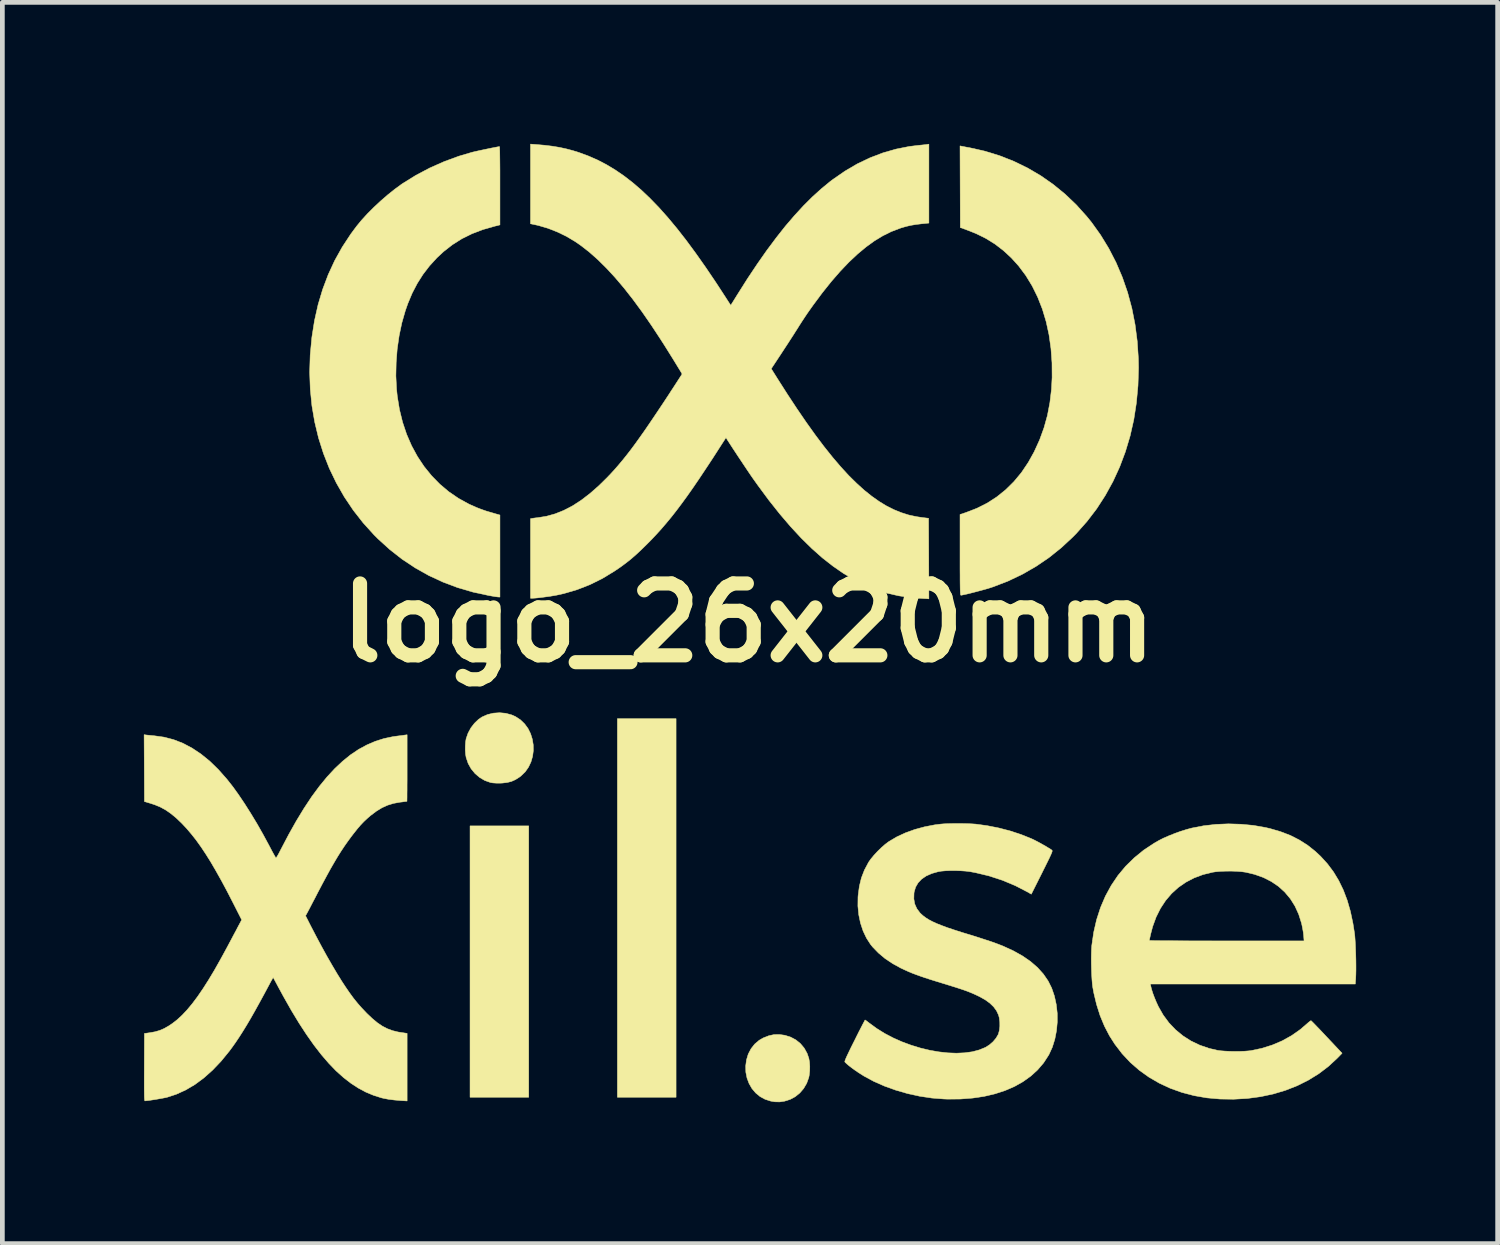
<source format=kicad_pcb>
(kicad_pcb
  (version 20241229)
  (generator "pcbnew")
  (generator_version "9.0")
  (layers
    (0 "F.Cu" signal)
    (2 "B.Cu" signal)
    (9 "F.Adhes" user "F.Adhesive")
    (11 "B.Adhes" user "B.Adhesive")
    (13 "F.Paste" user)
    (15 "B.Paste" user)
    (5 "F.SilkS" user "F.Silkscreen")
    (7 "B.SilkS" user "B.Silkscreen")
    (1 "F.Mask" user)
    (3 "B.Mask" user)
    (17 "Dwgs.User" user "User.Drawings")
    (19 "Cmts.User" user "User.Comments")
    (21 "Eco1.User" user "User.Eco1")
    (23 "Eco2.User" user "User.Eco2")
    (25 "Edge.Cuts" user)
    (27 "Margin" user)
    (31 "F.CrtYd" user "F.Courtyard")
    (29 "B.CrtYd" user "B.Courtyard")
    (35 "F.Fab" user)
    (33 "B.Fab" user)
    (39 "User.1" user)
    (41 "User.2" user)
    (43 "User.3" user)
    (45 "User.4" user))
  (footprint "logo_26x20mm"
    (layer "F.Cu")
    (at 12.82 10.154)
    (property "Reference" "logo_26x20mm" (at 0 0 0) (layer "F.SilkS") (effects (font (size 1.524 1.524) (thickness 0.3))))
    (attr through_hole)
    (fp_poly (pts (xy -4.661 10.058) (xy -5.905 10.058) (xy -5.905 4.305) (xy -4.661 4.305) (xy -4.661 10.058)) (stroke (width 0.01) (type solid)) (fill yes) (layer "F.SilkS"))
    (fp_poly (pts (xy -1.537 10.058) (xy -2.781 10.058) (xy -2.781 2.032) (xy -1.537 2.032) (xy -1.537 10.058)) (stroke (width 0.01) (type solid)) (fill yes) (layer "F.SilkS"))
    (fp_poly (pts (xy 0.768 8.744) (xy 0.892 8.783) (xy 1.003 8.842) (xy 1.1 8.921) (xy 1.18 9.017) (xy 1.242 9.129) (xy 1.278 9.234) (xy 1.292 9.313) (xy 1.298 9.406) (xy 1.296 9.502) (xy 1.286 9.591) (xy 1.277 9.638) (xy 1.233 9.761) (xy 1.169 9.871) (xy 1.087 9.967) (xy 0.991 10.045) (xy 0.882 10.104) (xy 0.765 10.141) (xy 0.661 10.157) (xy 0.56 10.155) (xy 0.47 10.14) (xy 0.351 10.102) (xy 0.244 10.044) (xy 0.151 9.967) (xy 0.072 9.874) (xy 0.011 9.768) (xy -0.033 9.651) (xy -0.058 9.526) (xy -0.061 9.395) (xy -0.044 9.266) (xy -0.006 9.141) (xy 0.053 9.029) (xy 0.13 8.931) (xy 0.224 8.851) (xy 0.31 8.801) (xy 0.427 8.755) (xy 0.539 8.73) (xy 0.653 8.728) (xy 0.768 8.744)) (stroke (width 0.01) (type solid)) (fill yes) (layer "F.SilkS"))
    (fp_poly (pts (xy -5.148 1.918) (xy -5.023 1.952) (xy -4.941 1.988) (xy -4.836 2.057) (xy -4.748 2.142) (xy -4.676 2.24) (xy -4.622 2.349) (xy -4.585 2.466) (xy -4.565 2.587) (xy -4.563 2.71) (xy -4.579 2.831) (xy -4.613 2.949) (xy -4.665 3.059) (xy -4.735 3.159) (xy -4.825 3.246) (xy -4.855 3.269) (xy -4.941 3.324) (xy -5.025 3.362) (xy -5.115 3.385) (xy -5.217 3.397) (xy -5.258 3.399) (xy -5.347 3.399) (xy -5.421 3.394) (xy -5.47 3.386) (xy -5.592 3.343) (xy -5.702 3.278) (xy -5.8 3.194) (xy -5.882 3.094) (xy -5.945 2.981) (xy -5.987 2.857) (xy -5.988 2.854) (xy -6 2.782) (xy -6.006 2.697) (xy -6.005 2.607) (xy -5.999 2.524) (xy -5.988 2.457) (xy -5.947 2.339) (xy -5.887 2.228) (xy -5.811 2.129) (xy -5.724 2.046) (xy -5.652 1.997) (xy -5.535 1.945) (xy -5.409 1.915) (xy -5.278 1.906) (xy -5.148 1.918)) (stroke (width 0.01) (type solid)) (fill yes) (layer "F.SilkS"))
    (fp_poly (pts (xy 4.518 -10.104) (xy 4.545 -10.099) (xy 4.589 -10.09) (xy 4.646 -10.079) (xy 4.693 -10.071) (xy 5.014 -9.998) (xy 5.326 -9.902) (xy 5.627 -9.783) (xy 5.916 -9.642) (xy 6.194 -9.479) (xy 6.459 -9.294) (xy 6.71 -9.089) (xy 6.947 -8.863) (xy 7.169 -8.616) (xy 7.269 -8.493) (xy 7.463 -8.222) (xy 7.637 -7.937) (xy 7.791 -7.638) (xy 7.924 -7.326) (xy 8.036 -7.003) (xy 8.126 -6.668) (xy 8.194 -6.323) (xy 8.24 -5.969) (xy 8.264 -5.607) (xy 8.268 -5.404) (xy 8.256 -5.028) (xy 8.222 -4.663) (xy 8.167 -4.307) (xy 8.089 -3.962) (xy 7.989 -3.628) (xy 7.868 -3.306) (xy 7.726 -2.997) (xy 7.563 -2.701) (xy 7.38 -2.418) (xy 7.175 -2.15) (xy 6.951 -1.897) (xy 6.877 -1.822) (xy 6.63 -1.592) (xy 6.369 -1.383) (xy 6.094 -1.196) (xy 5.807 -1.031) (xy 5.506 -0.887) (xy 5.191 -0.765) (xy 5.121 -0.742) (xy 5.073 -0.727) (xy 5.01 -0.709) (xy 4.937 -0.689) (xy 4.858 -0.668) (xy 4.778 -0.647) (xy 4.7 -0.627) (xy 4.63 -0.61) (xy 4.571 -0.597) (xy 4.527 -0.588) (xy 4.504 -0.584) (xy 4.504 -0.584) (xy 4.5 -0.586) (xy 4.496 -0.592) (xy 4.493 -0.604) (xy 4.491 -0.625) (xy 4.489 -0.655) (xy 4.487 -0.697) (xy 4.486 -0.752) (xy 4.485 -0.822) (xy 4.484 -0.909) (xy 4.484 -1.014) (xy 4.483 -1.14) (xy 4.483 -1.287) (xy 4.483 -1.44) (xy 4.483 -2.297) (xy 4.607 -2.338) (xy 4.84 -2.428) (xy 5.059 -2.538) (xy 5.263 -2.67) (xy 5.452 -2.822) (xy 5.626 -2.994) (xy 5.786 -3.187) (xy 5.93 -3.401) (xy 6.055 -3.626) (xy 6.17 -3.878) (xy 6.263 -4.134) (xy 6.336 -4.396) (xy 6.388 -4.668) (xy 6.422 -4.952) (xy 6.435 -5.201) (xy 6.433 -5.512) (xy 6.411 -5.814) (xy 6.37 -6.105) (xy 6.309 -6.385) (xy 6.229 -6.651) (xy 6.13 -6.903) (xy 6.013 -7.141) (xy 5.878 -7.362) (xy 5.725 -7.567) (xy 5.571 -7.737) (xy 5.401 -7.894) (xy 5.222 -8.031) (xy 5.03 -8.15) (xy 4.823 -8.252) (xy 4.655 -8.319) (xy 4.489 -8.38) (xy 4.486 -9.245) (xy 4.483 -10.111) (xy 4.518 -10.104)) (stroke (width 0.01) (type solid)) (fill yes) (layer "F.SilkS"))
    (fp_poly (pts (xy -5.278 -10.084) (xy -5.277 -10.048) (xy -5.275 -9.992) (xy -5.274 -9.916) (xy -5.273 -9.823) (xy -5.272 -9.715) (xy -5.271 -9.594) (xy -5.271 -9.463) (xy -5.271 -9.323) (xy -5.271 -9.266) (xy -5.271 -8.436) (xy -5.388 -8.407) (xy -5.636 -8.336) (xy -5.866 -8.248) (xy -6.08 -8.142) (xy -6.279 -8.016) (xy -6.465 -7.871) (xy -6.607 -7.739) (xy -6.765 -7.566) (xy -6.903 -7.386) (xy -7.024 -7.195) (xy -7.131 -6.99) (xy -7.224 -6.768) (xy -7.277 -6.617) (xy -7.351 -6.359) (xy -7.408 -6.088) (xy -7.449 -5.806) (xy -7.471 -5.52) (xy -7.477 -5.235) (xy -7.463 -4.956) (xy -7.447 -4.801) (xy -7.401 -4.52) (xy -7.335 -4.252) (xy -7.249 -3.996) (xy -7.144 -3.754) (xy -7.02 -3.526) (xy -6.879 -3.314) (xy -6.72 -3.118) (xy -6.546 -2.94) (xy -6.355 -2.779) (xy -6.149 -2.638) (xy -5.929 -2.517) (xy -5.772 -2.447) (xy -5.706 -2.421) (xy -5.638 -2.396) (xy -5.578 -2.375) (xy -5.544 -2.364) (xy -5.482 -2.346) (xy -5.413 -2.326) (xy -5.363 -2.311) (xy -5.271 -2.285) (xy -5.271 -0.546) (xy -5.305 -0.547) (xy -5.331 -0.55) (xy -5.375 -0.556) (xy -5.433 -0.566) (xy -5.497 -0.577) (xy -5.503 -0.578) (xy -5.841 -0.651) (xy -6.167 -0.746) (xy -6.48 -0.864) (xy -6.78 -1.003) (xy -7.068 -1.165) (xy -7.344 -1.348) (xy -7.607 -1.554) (xy -7.858 -1.782) (xy -7.938 -1.862) (xy -8.17 -2.118) (xy -8.381 -2.388) (xy -8.571 -2.671) (xy -8.74 -2.967) (xy -8.888 -3.274) (xy -9.013 -3.592) (xy -9.117 -3.92) (xy -9.198 -4.257) (xy -9.257 -4.601) (xy -9.292 -4.953) (xy -9.305 -5.312) (xy -9.294 -5.675) (xy -9.259 -6.044) (xy -9.258 -6.055) (xy -9.202 -6.409) (xy -9.126 -6.747) (xy -9.029 -7.071) (xy -8.912 -7.381) (xy -8.774 -7.68) (xy -8.614 -7.967) (xy -8.432 -8.244) (xy -8.311 -8.407) (xy -8.205 -8.536) (xy -8.081 -8.672) (xy -7.943 -8.81) (xy -7.797 -8.946) (xy -7.648 -9.075) (xy -7.499 -9.194) (xy -7.357 -9.298) (xy -7.338 -9.311) (xy -7.058 -9.485) (xy -6.762 -9.642) (xy -6.455 -9.778) (xy -6.142 -9.893) (xy -5.861 -9.976) (xy -5.819 -9.986) (xy -5.762 -9.999) (xy -5.694 -10.014) (xy -5.619 -10.03) (xy -5.542 -10.046) (xy -5.467 -10.062) (xy -5.399 -10.075) (xy -5.342 -10.086) (xy -5.301 -10.094) (xy -5.28 -10.096) (xy -5.28 -10.096) (xy -5.278 -10.084)) (stroke (width 0.01) (type solid)) (fill yes) (layer "F.SilkS"))
    (fp_poly (pts (xy 10.44 4.27) (xy 10.704 4.295) (xy 10.959 4.34) (xy 11.055 4.362) (xy 11.28 4.428) (xy 11.486 4.507) (xy 11.675 4.603) (xy 11.851 4.715) (xy 12.016 4.846) (xy 12.129 4.952) (xy 12.273 5.11) (xy 12.401 5.281) (xy 12.512 5.465) (xy 12.609 5.665) (xy 12.691 5.881) (xy 12.759 6.116) (xy 12.813 6.371) (xy 12.846 6.579) (xy 12.853 6.641) (xy 12.859 6.723) (xy 12.865 6.821) (xy 12.869 6.93) (xy 12.873 7.044) (xy 12.876 7.159) (xy 12.877 7.27) (xy 12.877 7.372) (xy 12.875 7.46) (xy 12.872 7.529) (xy 12.872 7.535) (xy 12.863 7.658) (xy 8.519 7.658) (xy 8.527 7.701) (xy 8.544 7.77) (xy 8.57 7.853) (xy 8.605 7.946) (xy 8.644 8.04) (xy 8.686 8.131) (xy 8.687 8.134) (xy 8.791 8.316) (xy 8.913 8.481) (xy 9.053 8.628) (xy 9.209 8.756) (xy 9.381 8.866) (xy 9.568 8.955) (xy 9.767 9.023) (xy 9.938 9.063) (xy 10.009 9.073) (xy 10.1 9.08) (xy 10.202 9.085) (xy 10.311 9.087) (xy 10.418 9.086) (xy 10.518 9.082) (xy 10.605 9.075) (xy 10.649 9.07) (xy 10.881 9.021) (xy 11.104 8.951) (xy 11.315 8.861) (xy 11.513 8.751) (xy 11.695 8.623) (xy 11.819 8.517) (xy 11.86 8.481) (xy 11.894 8.453) (xy 11.917 8.437) (xy 11.925 8.435) (xy 11.936 8.445) (xy 11.963 8.471) (xy 12.003 8.512) (xy 12.054 8.565) (xy 12.115 8.628) (xy 12.183 8.7) (xy 12.256 8.778) (xy 12.26 8.782) (xy 12.583 9.125) (xy 12.48 9.231) (xy 12.293 9.404) (xy 12.089 9.559) (xy 11.869 9.695) (xy 11.635 9.812) (xy 11.387 9.91) (xy 11.127 9.988) (xy 10.855 10.046) (xy 10.573 10.084) (xy 10.283 10.1) (xy 9.995 10.096) (xy 9.715 10.071) (xy 9.445 10.024) (xy 9.186 9.956) (xy 8.94 9.868) (xy 8.706 9.759) (xy 8.486 9.631) (xy 8.281 9.484) (xy 8.092 9.319) (xy 7.92 9.135) (xy 7.766 8.934) (xy 7.651 8.754) (xy 7.545 8.55) (xy 7.453 8.328) (xy 7.378 8.092) (xy 7.319 7.846) (xy 7.295 7.715) (xy 7.287 7.646) (xy 7.28 7.558) (xy 7.274 7.455) (xy 7.27 7.343) (xy 7.267 7.228) (xy 7.266 7.115) (xy 7.268 7.01) (xy 7.271 6.918) (xy 7.276 6.845) (xy 7.276 6.844) (xy 7.292 6.734) (xy 8.497 6.734) (xy 8.509 6.735) (xy 8.545 6.736) (xy 8.604 6.738) (xy 8.684 6.739) (xy 8.783 6.74) (xy 8.9 6.74) (xy 9.033 6.741) (xy 9.181 6.742) (xy 9.343 6.743) (xy 9.517 6.743) (xy 9.701 6.743) (xy 9.894 6.744) (xy 10.095 6.744) (xy 10.136 6.744) (xy 11.777 6.744) (xy 11.768 6.629) (xy 11.761 6.566) (xy 11.748 6.491) (xy 11.733 6.414) (xy 11.723 6.369) (xy 11.663 6.179) (xy 11.584 6.006) (xy 11.486 5.85) (xy 11.369 5.71) (xy 11.235 5.588) (xy 11.083 5.485) (xy 10.914 5.399) (xy 10.728 5.333) (xy 10.539 5.288) (xy 10.452 5.276) (xy 10.347 5.268) (xy 10.233 5.264) (xy 10.115 5.265) (xy 10.002 5.269) (xy 9.902 5.278) (xy 9.836 5.288) (xy 9.633 5.338) (xy 9.444 5.409) (xy 9.27 5.5) (xy 9.111 5.61) (xy 8.968 5.74) (xy 8.841 5.889) (xy 8.732 6.055) (xy 8.64 6.239) (xy 8.567 6.439) (xy 8.522 6.61) (xy 8.511 6.662) (xy 8.502 6.703) (xy 8.497 6.729) (xy 8.497 6.734) (xy 7.292 6.734) (xy 7.317 6.561) (xy 7.379 6.292) (xy 7.462 6.036) (xy 7.565 5.795) (xy 7.688 5.569) (xy 7.831 5.357) (xy 7.994 5.161) (xy 8.177 4.982) (xy 8.378 4.818) (xy 8.599 4.672) (xy 8.7 4.614) (xy 8.796 4.565) (xy 8.911 4.515) (xy 9.036 4.465) (xy 9.164 4.419) (xy 9.29 4.38) (xy 9.398 4.351) (xy 9.646 4.303) (xy 9.906 4.273) (xy 10.173 4.262) (xy 10.44 4.27)) (stroke (width 0.01) (type solid)) (fill yes) (layer "F.SilkS"))
    (fp_poly (pts (xy 4.54 4.256) (xy 4.643 4.258) (xy 4.734 4.262) (xy 4.807 4.267) (xy 4.813 4.267) (xy 5.06 4.301) (xy 5.307 4.35) (xy 5.549 4.413) (xy 5.78 4.489) (xy 5.994 4.575) (xy 6.031 4.592) (xy 6.085 4.619) (xy 6.15 4.653) (xy 6.22 4.692) (xy 6.29 4.731) (xy 6.352 4.769) (xy 6.403 4.8) (xy 6.43 4.819) (xy 6.435 4.825) (xy 6.437 4.833) (xy 6.436 4.847) (xy 6.429 4.868) (xy 6.417 4.898) (xy 6.398 4.94) (xy 6.372 4.996) (xy 6.337 5.067) (xy 6.293 5.156) (xy 6.238 5.266) (xy 6.224 5.295) (xy 5.994 5.753) (xy 5.915 5.707) (xy 5.656 5.573) (xy 5.384 5.459) (xy 5.102 5.367) (xy 4.816 5.298) (xy 4.693 5.275) (xy 4.602 5.264) (xy 4.498 5.257) (xy 4.389 5.253) (xy 4.279 5.253) (xy 4.176 5.257) (xy 4.085 5.265) (xy 4.02 5.276) (xy 3.882 5.315) (xy 3.765 5.367) (xy 3.669 5.433) (xy 3.595 5.511) (xy 3.542 5.602) (xy 3.511 5.705) (xy 3.507 5.735) (xy 3.504 5.853) (xy 3.523 5.961) (xy 3.567 6.059) (xy 3.633 6.148) (xy 3.652 6.167) (xy 3.701 6.211) (xy 3.757 6.253) (xy 3.822 6.294) (xy 3.898 6.334) (xy 3.987 6.375) (xy 4.091 6.416) (xy 4.211 6.461) (xy 4.352 6.508) (xy 4.513 6.56) (xy 4.615 6.591) (xy 4.775 6.64) (xy 4.913 6.684) (xy 5.033 6.723) (xy 5.137 6.757) (xy 5.227 6.789) (xy 5.307 6.819) (xy 5.379 6.847) (xy 5.394 6.853) (xy 5.612 6.953) (xy 5.807 7.062) (xy 5.978 7.18) (xy 6.126 7.308) (xy 6.25 7.446) (xy 6.351 7.593) (xy 6.426 7.743) (xy 6.484 7.912) (xy 6.523 8.091) (xy 6.544 8.276) (xy 6.545 8.463) (xy 6.528 8.648) (xy 6.493 8.827) (xy 6.44 8.997) (xy 6.369 9.152) (xy 6.359 9.169) (xy 6.254 9.331) (xy 6.128 9.478) (xy 5.983 9.61) (xy 5.818 9.728) (xy 5.637 9.83) (xy 5.438 9.916) (xy 5.223 9.986) (xy 4.993 10.04) (xy 4.749 10.076) (xy 4.491 10.096) (xy 4.221 10.098) (xy 4.14 10.095) (xy 3.884 10.075) (xy 3.626 10.036) (xy 3.371 9.98) (xy 3.121 9.908) (xy 2.882 9.822) (xy 2.655 9.722) (xy 2.446 9.609) (xy 2.337 9.54) (xy 2.262 9.489) (xy 2.193 9.439) (xy 2.133 9.393) (xy 2.085 9.353) (xy 2.052 9.322) (xy 2.041 9.309) (xy 2.041 9.297) (xy 2.048 9.273) (xy 2.063 9.235) (xy 2.087 9.181) (xy 2.121 9.11) (xy 2.164 9.02) (xy 2.219 8.91) (xy 2.247 8.855) (xy 2.295 8.758) (xy 2.34 8.668) (xy 2.381 8.589) (xy 2.415 8.522) (xy 2.443 8.47) (xy 2.461 8.435) (xy 2.47 8.42) (xy 2.471 8.42) (xy 2.483 8.428) (xy 2.51 8.447) (xy 2.547 8.476) (xy 2.563 8.488) (xy 2.719 8.602) (xy 2.888 8.707) (xy 3.068 8.801) (xy 3.255 8.884) (xy 3.448 8.955) (xy 3.644 9.015) (xy 3.84 9.062) (xy 4.034 9.096) (xy 4.224 9.117) (xy 4.407 9.124) (xy 4.581 9.116) (xy 4.743 9.094) (xy 4.89 9.055) (xy 5.022 9.001) (xy 5.029 8.997) (xy 5.11 8.945) (xy 5.185 8.879) (xy 5.247 8.805) (xy 5.291 8.73) (xy 5.297 8.716) (xy 5.317 8.641) (xy 5.327 8.553) (xy 5.326 8.46) (xy 5.315 8.373) (xy 5.299 8.314) (xy 5.256 8.223) (xy 5.195 8.14) (xy 5.115 8.063) (xy 5.015 7.991) (xy 4.891 7.922) (xy 4.87 7.912) (xy 4.809 7.883) (xy 4.749 7.856) (xy 4.688 7.831) (xy 4.621 7.805) (xy 4.545 7.778) (xy 4.457 7.749) (xy 4.354 7.716) (xy 4.231 7.678) (xy 4.147 7.652) (xy 3.99 7.604) (xy 3.855 7.562) (xy 3.738 7.524) (xy 3.636 7.489) (xy 3.545 7.456) (xy 3.463 7.425) (xy 3.387 7.393) (xy 3.312 7.359) (xy 3.236 7.323) (xy 3.232 7.322) (xy 3.057 7.226) (xy 2.896 7.119) (xy 2.754 7) (xy 2.632 6.874) (xy 2.588 6.82) (xy 2.5 6.684) (xy 2.428 6.532) (xy 2.373 6.366) (xy 2.336 6.189) (xy 2.318 6.005) (xy 2.32 5.818) (xy 2.323 5.777) (xy 2.349 5.585) (xy 2.392 5.408) (xy 2.456 5.242) (xy 2.54 5.084) (xy 2.542 5.079) (xy 2.592 5.008) (xy 2.658 4.928) (xy 2.734 4.846) (xy 2.816 4.766) (xy 2.897 4.695) (xy 2.973 4.638) (xy 2.977 4.636) (xy 3.14 4.539) (xy 3.323 4.454) (xy 3.521 4.382) (xy 3.731 4.325) (xy 3.948 4.283) (xy 4.067 4.268) (xy 4.136 4.262) (xy 4.223 4.258) (xy 4.324 4.256) (xy 4.432 4.255) (xy 4.54 4.256)) (stroke (width 0.01) (type solid)) (fill yes) (layer "F.SilkS"))
    (fp_poly (pts (xy -12.754 2.38) (xy -12.71 2.384) (xy -12.653 2.39) (xy -12.598 2.395) (xy -12.391 2.424) (xy -12.189 2.477) (xy -11.991 2.554) (xy -11.798 2.656) (xy -11.609 2.782) (xy -11.423 2.933) (xy -11.242 3.109) (xy -11.064 3.31) (xy -10.935 3.473) (xy -10.813 3.643) (xy -10.685 3.833) (xy -10.554 4.04) (xy -10.421 4.26) (xy -10.29 4.491) (xy -10.162 4.728) (xy -10.142 4.766) (xy -10.107 4.833) (xy -10.075 4.892) (xy -10.048 4.939) (xy -10.03 4.971) (xy -10.02 4.985) (xy -10.02 4.985) (xy -10.011 4.976) (xy -9.993 4.949) (xy -9.968 4.906) (xy -9.939 4.851) (xy -9.918 4.81) (xy -9.752 4.493) (xy -9.588 4.201) (xy -9.425 3.933) (xy -9.263 3.688) (xy -9.1 3.467) (xy -8.937 3.268) (xy -8.773 3.091) (xy -8.607 2.935) (xy -8.439 2.799) (xy -8.268 2.684) (xy -8.093 2.589) (xy -7.914 2.512) (xy -7.731 2.454) (xy -7.542 2.414) (xy -7.449 2.401) (xy -7.391 2.394) (xy -7.337 2.387) (xy -7.296 2.381) (xy -7.287 2.38) (xy -7.239 2.373) (xy -7.239 3.079) (xy -7.239 3.21) (xy -7.239 3.333) (xy -7.24 3.446) (xy -7.24 3.547) (xy -7.241 3.633) (xy -7.241 3.702) (xy -7.242 3.751) (xy -7.242 3.779) (xy -7.243 3.785) (xy -7.256 3.786) (xy -7.29 3.79) (xy -7.338 3.797) (xy -7.39 3.803) (xy -7.527 3.828) (xy -7.651 3.866) (xy -7.769 3.919) (xy -7.886 3.99) (xy -8.007 4.081) (xy -8.019 4.09) (xy -8.092 4.154) (xy -8.161 4.219) (xy -8.228 4.29) (xy -8.297 4.371) (xy -8.373 4.467) (xy -8.427 4.537) (xy -8.5 4.637) (xy -8.571 4.738) (xy -8.641 4.844) (xy -8.712 4.957) (xy -8.785 5.08) (xy -8.863 5.215) (xy -8.945 5.365) (xy -9.035 5.532) (xy -9.134 5.72) (xy -9.148 5.747) (xy -9.194 5.837) (xy -9.239 5.922) (xy -9.279 5.999) (xy -9.313 6.065) (xy -9.34 6.116) (xy -9.358 6.149) (xy -9.362 6.157) (xy -9.392 6.211) (xy -9.28 6.431) (xy -9.166 6.65) (xy -9.052 6.864) (xy -8.939 7.069) (xy -8.828 7.262) (xy -8.722 7.441) (xy -8.622 7.602) (xy -8.556 7.703) (xy -8.464 7.838) (xy -8.377 7.957) (xy -8.291 8.064) (xy -8.202 8.165) (xy -8.105 8.267) (xy -8.097 8.276) (xy -7.98 8.387) (xy -7.871 8.478) (xy -7.765 8.55) (xy -7.659 8.605) (xy -7.548 8.646) (xy -7.43 8.675) (xy -7.379 8.683) (xy -7.239 8.704) (xy -7.239 9.42) (xy -7.239 10.137) (xy -7.369 10.129) (xy -7.509 10.117) (xy -7.629 10.102) (xy -7.735 10.082) (xy -7.785 10.07) (xy -7.952 10.017) (xy -8.115 9.949) (xy -8.275 9.863) (xy -8.433 9.76) (xy -8.589 9.639) (xy -8.745 9.499) (xy -8.9 9.338) (xy -9.055 9.158) (xy -9.211 8.957) (xy -9.369 8.733) (xy -9.529 8.488) (xy -9.692 8.219) (xy -9.858 7.926) (xy -9.969 7.722) (xy -10.003 7.658) (xy -10.033 7.602) (xy -10.057 7.558) (xy -10.072 7.53) (xy -10.078 7.521) (xy -10.085 7.53) (xy -10.101 7.557) (xy -10.124 7.598) (xy -10.152 7.65) (xy -10.154 7.654) (xy -10.269 7.869) (xy -10.375 8.063) (xy -10.472 8.238) (xy -10.562 8.396) (xy -10.646 8.538) (xy -10.726 8.668) (xy -10.802 8.787) (xy -10.876 8.897) (xy -10.949 9) (xy -11.009 9.081) (xy -11.183 9.294) (xy -11.363 9.483) (xy -11.548 9.648) (xy -11.738 9.789) (xy -11.933 9.904) (xy -12.133 9.995) (xy -12.328 10.059) (xy -12.369 10.068) (xy -12.426 10.079) (xy -12.494 10.091) (xy -12.567 10.104) (xy -12.639 10.115) (xy -12.705 10.125) (xy -12.758 10.131) (xy -12.793 10.135) (xy -12.798 10.135) (xy -12.801 10.131) (xy -12.804 10.118) (xy -12.807 10.094) (xy -12.809 10.058) (xy -12.81 10.008) (xy -12.811 9.941) (xy -12.812 9.857) (xy -12.812 9.753) (xy -12.812 9.629) (xy -12.811 9.481) (xy -12.811 9.42) (xy -12.808 8.706) (xy -12.694 8.69) (xy -12.582 8.67) (xy -12.483 8.641) (xy -12.39 8.601) (xy -12.293 8.546) (xy -12.217 8.495) (xy -12.115 8.416) (xy -12.011 8.32) (xy -11.905 8.208) (xy -11.796 8.077) (xy -11.684 7.928) (xy -11.568 7.759) (xy -11.447 7.569) (xy -11.32 7.357) (xy -11.188 7.123) (xy -11.066 6.899) (xy -11.018 6.809) (xy -10.969 6.717) (xy -10.922 6.628) (xy -10.879 6.548) (xy -10.844 6.482) (xy -10.826 6.447) (xy -10.746 6.297) (xy -10.921 5.952) (xy -11.05 5.701) (xy -11.172 5.473) (xy -11.288 5.266) (xy -11.398 5.077) (xy -11.505 4.906) (xy -11.608 4.751) (xy -11.709 4.61) (xy -11.81 4.482) (xy -11.91 4.364) (xy -12.011 4.256) (xy -12.02 4.247) (xy -12.137 4.135) (xy -12.248 4.044) (xy -12.356 3.969) (xy -12.467 3.908) (xy -12.584 3.859) (xy -12.675 3.829) (xy -12.808 3.789) (xy -12.811 3.081) (xy -12.815 2.372) (xy -12.754 2.38)) (stroke (width 0.01) (type solid)) (fill yes) (layer "F.SilkS"))
    (fp_poly (pts (xy -4.512 -10.141) (xy -4.328 -10.125) (xy -4.163 -10.105) (xy -4.012 -10.08) (xy -3.868 -10.049) (xy -3.724 -10.011) (xy -3.588 -9.968) (xy -3.393 -9.896) (xy -3.202 -9.812) (xy -3.013 -9.714) (xy -2.827 -9.602) (xy -2.643 -9.476) (xy -2.459 -9.334) (xy -2.274 -9.175) (xy -2.089 -8.999) (xy -1.902 -8.806) (xy -1.712 -8.593) (xy -1.519 -8.361) (xy -1.322 -8.109) (xy -1.12 -7.835) (xy -0.912 -7.54) (xy -0.697 -7.222) (xy -0.528 -6.963) (xy -0.378 -6.731) (xy -0.238 -6.956) (xy -0.025 -7.293) (xy 0.183 -7.605) (xy 0.386 -7.895) (xy 0.586 -8.163) (xy 0.781 -8.41) (xy 0.975 -8.636) (xy 1.166 -8.844) (xy 1.356 -9.033) (xy 1.546 -9.205) (xy 1.736 -9.361) (xy 1.791 -9.402) (xy 2.044 -9.577) (xy 2.305 -9.73) (xy 2.573 -9.858) (xy 2.847 -9.963) (xy 3.126 -10.043) (xy 3.408 -10.099) (xy 3.596 -10.122) (xy 3.659 -10.128) (xy 3.716 -10.134) (xy 3.76 -10.139) (xy 3.781 -10.142) (xy 3.823 -10.148) (xy 3.823 -8.475) (xy 3.673 -8.46) (xy 3.549 -8.445) (xy 3.441 -8.427) (xy 3.338 -8.403) (xy 3.232 -8.372) (xy 3.201 -8.361) (xy 3.023 -8.293) (xy 2.846 -8.205) (xy 2.668 -8.097) (xy 2.49 -7.968) (xy 2.31 -7.818) (xy 2.128 -7.647) (xy 1.943 -7.453) (xy 1.755 -7.237) (xy 1.563 -6.997) (xy 1.367 -6.733) (xy 1.293 -6.629) (xy 1.244 -6.559) (xy 1.187 -6.474) (xy 1.128 -6.384) (xy 1.072 -6.297) (xy 1.042 -6.248) (xy 0.999 -6.181) (xy 0.946 -6.097) (xy 0.885 -6.003) (xy 0.821 -5.904) (xy 0.756 -5.805) (xy 0.696 -5.713) (xy 0.481 -5.387) (xy 0.611 -5.179) (xy 0.824 -4.845) (xy 1.029 -4.534) (xy 1.226 -4.246) (xy 1.417 -3.979) (xy 1.601 -3.735) (xy 1.78 -3.511) (xy 1.954 -3.307) (xy 2.123 -3.123) (xy 2.289 -2.959) (xy 2.451 -2.812) (xy 2.611 -2.684) (xy 2.768 -2.573) (xy 2.924 -2.478) (xy 3.079 -2.4) (xy 3.234 -2.337) (xy 3.388 -2.288) (xy 3.416 -2.281) (xy 3.491 -2.265) (xy 3.576 -2.248) (xy 3.656 -2.236) (xy 3.683 -2.232) (xy 3.816 -2.216) (xy 3.82 -1.362) (xy 3.823 -0.508) (xy 3.794 -0.51) (xy 3.767 -0.512) (xy 3.724 -0.514) (xy 3.677 -0.517) (xy 3.426 -0.536) (xy 3.181 -0.573) (xy 2.94 -0.628) (xy 2.705 -0.703) (xy 2.472 -0.797) (xy 2.243 -0.911) (xy 2.016 -1.045) (xy 1.79 -1.201) (xy 1.565 -1.377) (xy 1.341 -1.576) (xy 1.116 -1.797) (xy 0.89 -2.041) (xy 0.662 -2.308) (xy 0.431 -2.599) (xy 0.198 -2.914) (xy 0.08 -3.08) (xy 0.047 -3.128) (xy 0.003 -3.193) (xy -0.048 -3.269) (xy -0.105 -3.354) (xy -0.164 -3.443) (xy -0.225 -3.534) (xy -0.283 -3.622) (xy -0.337 -3.704) (xy -0.384 -3.777) (xy -0.423 -3.837) (xy -0.45 -3.879) (xy -0.453 -3.884) (xy -0.479 -3.926) (xy -0.604 -3.732) (xy -0.762 -3.486) (xy -0.91 -3.262) (xy -1.047 -3.056) (xy -1.176 -2.867) (xy -1.298 -2.693) (xy -1.414 -2.534) (xy -1.525 -2.386) (xy -1.633 -2.248) (xy -1.739 -2.12) (xy -1.843 -1.998) (xy -1.949 -1.881) (xy -2.055 -1.768) (xy -2.146 -1.676) (xy -2.267 -1.557) (xy -2.378 -1.453) (xy -2.483 -1.361) (xy -2.588 -1.277) (xy -2.698 -1.195) (xy -2.819 -1.112) (xy -2.849 -1.092) (xy -3.103 -0.938) (xy -3.366 -0.808) (xy -3.638 -0.702) (xy -3.918 -0.62) (xy -4.077 -0.585) (xy -4.141 -0.574) (xy -4.217 -0.561) (xy -4.3 -0.55) (xy -4.383 -0.539) (xy -4.46 -0.53) (xy -4.525 -0.524) (xy -4.573 -0.521) (xy -4.581 -0.521) (xy -4.623 -0.521) (xy -4.623 -1.364) (xy -4.623 -2.208) (xy -4.588 -2.214) (xy -4.557 -2.219) (xy -4.511 -2.225) (xy -4.47 -2.229) (xy -4.285 -2.259) (xy -4.102 -2.31) (xy -3.919 -2.383) (xy -3.735 -2.478) (xy -3.551 -2.597) (xy -3.364 -2.74) (xy -3.175 -2.906) (xy -3.003 -3.075) (xy -2.917 -3.165) (xy -2.833 -3.257) (xy -2.75 -3.353) (xy -2.666 -3.453) (xy -2.58 -3.561) (xy -2.49 -3.677) (xy -2.397 -3.803) (xy -2.298 -3.941) (xy -2.191 -4.093) (xy -2.077 -4.26) (xy -1.953 -4.444) (xy -1.818 -4.646) (xy -1.698 -4.828) (xy -1.637 -4.923) (xy -1.579 -5.011) (xy -1.528 -5.09) (xy -1.484 -5.158) (xy -1.449 -5.212) (xy -1.424 -5.251) (xy -1.411 -5.272) (xy -1.41 -5.275) (xy -1.416 -5.287) (xy -1.434 -5.319) (xy -1.462 -5.365) (xy -1.499 -5.425) (xy -1.541 -5.494) (xy -1.588 -5.571) (xy -1.638 -5.651) (xy -1.689 -5.733) (xy -1.739 -5.813) (xy -1.786 -5.888) (xy -1.829 -5.955) (xy -1.854 -5.994) (xy -2.059 -6.306) (xy -2.258 -6.594) (xy -2.453 -6.859) (xy -2.643 -7.101) (xy -2.83 -7.321) (xy -3.014 -7.52) (xy -3.194 -7.698) (xy -3.373 -7.857) (xy -3.551 -7.996) (xy -3.678 -8.084) (xy -3.859 -8.192) (xy -4.053 -8.286) (xy -4.255 -8.365) (xy -4.456 -8.424) (xy -4.524 -8.439) (xy -4.623 -8.46) (xy -4.623 -10.149) (xy -4.512 -10.141)) (stroke (width 0.01) (type solid)) (fill yes) (layer "F.SilkS")))
  (gr_rect
    (start -3 -3)
    (end 28.701 23.315)
    (stroke (width 0.1) (type default))
    (fill no)
    (layer "Edge.Cuts")))
</source>
